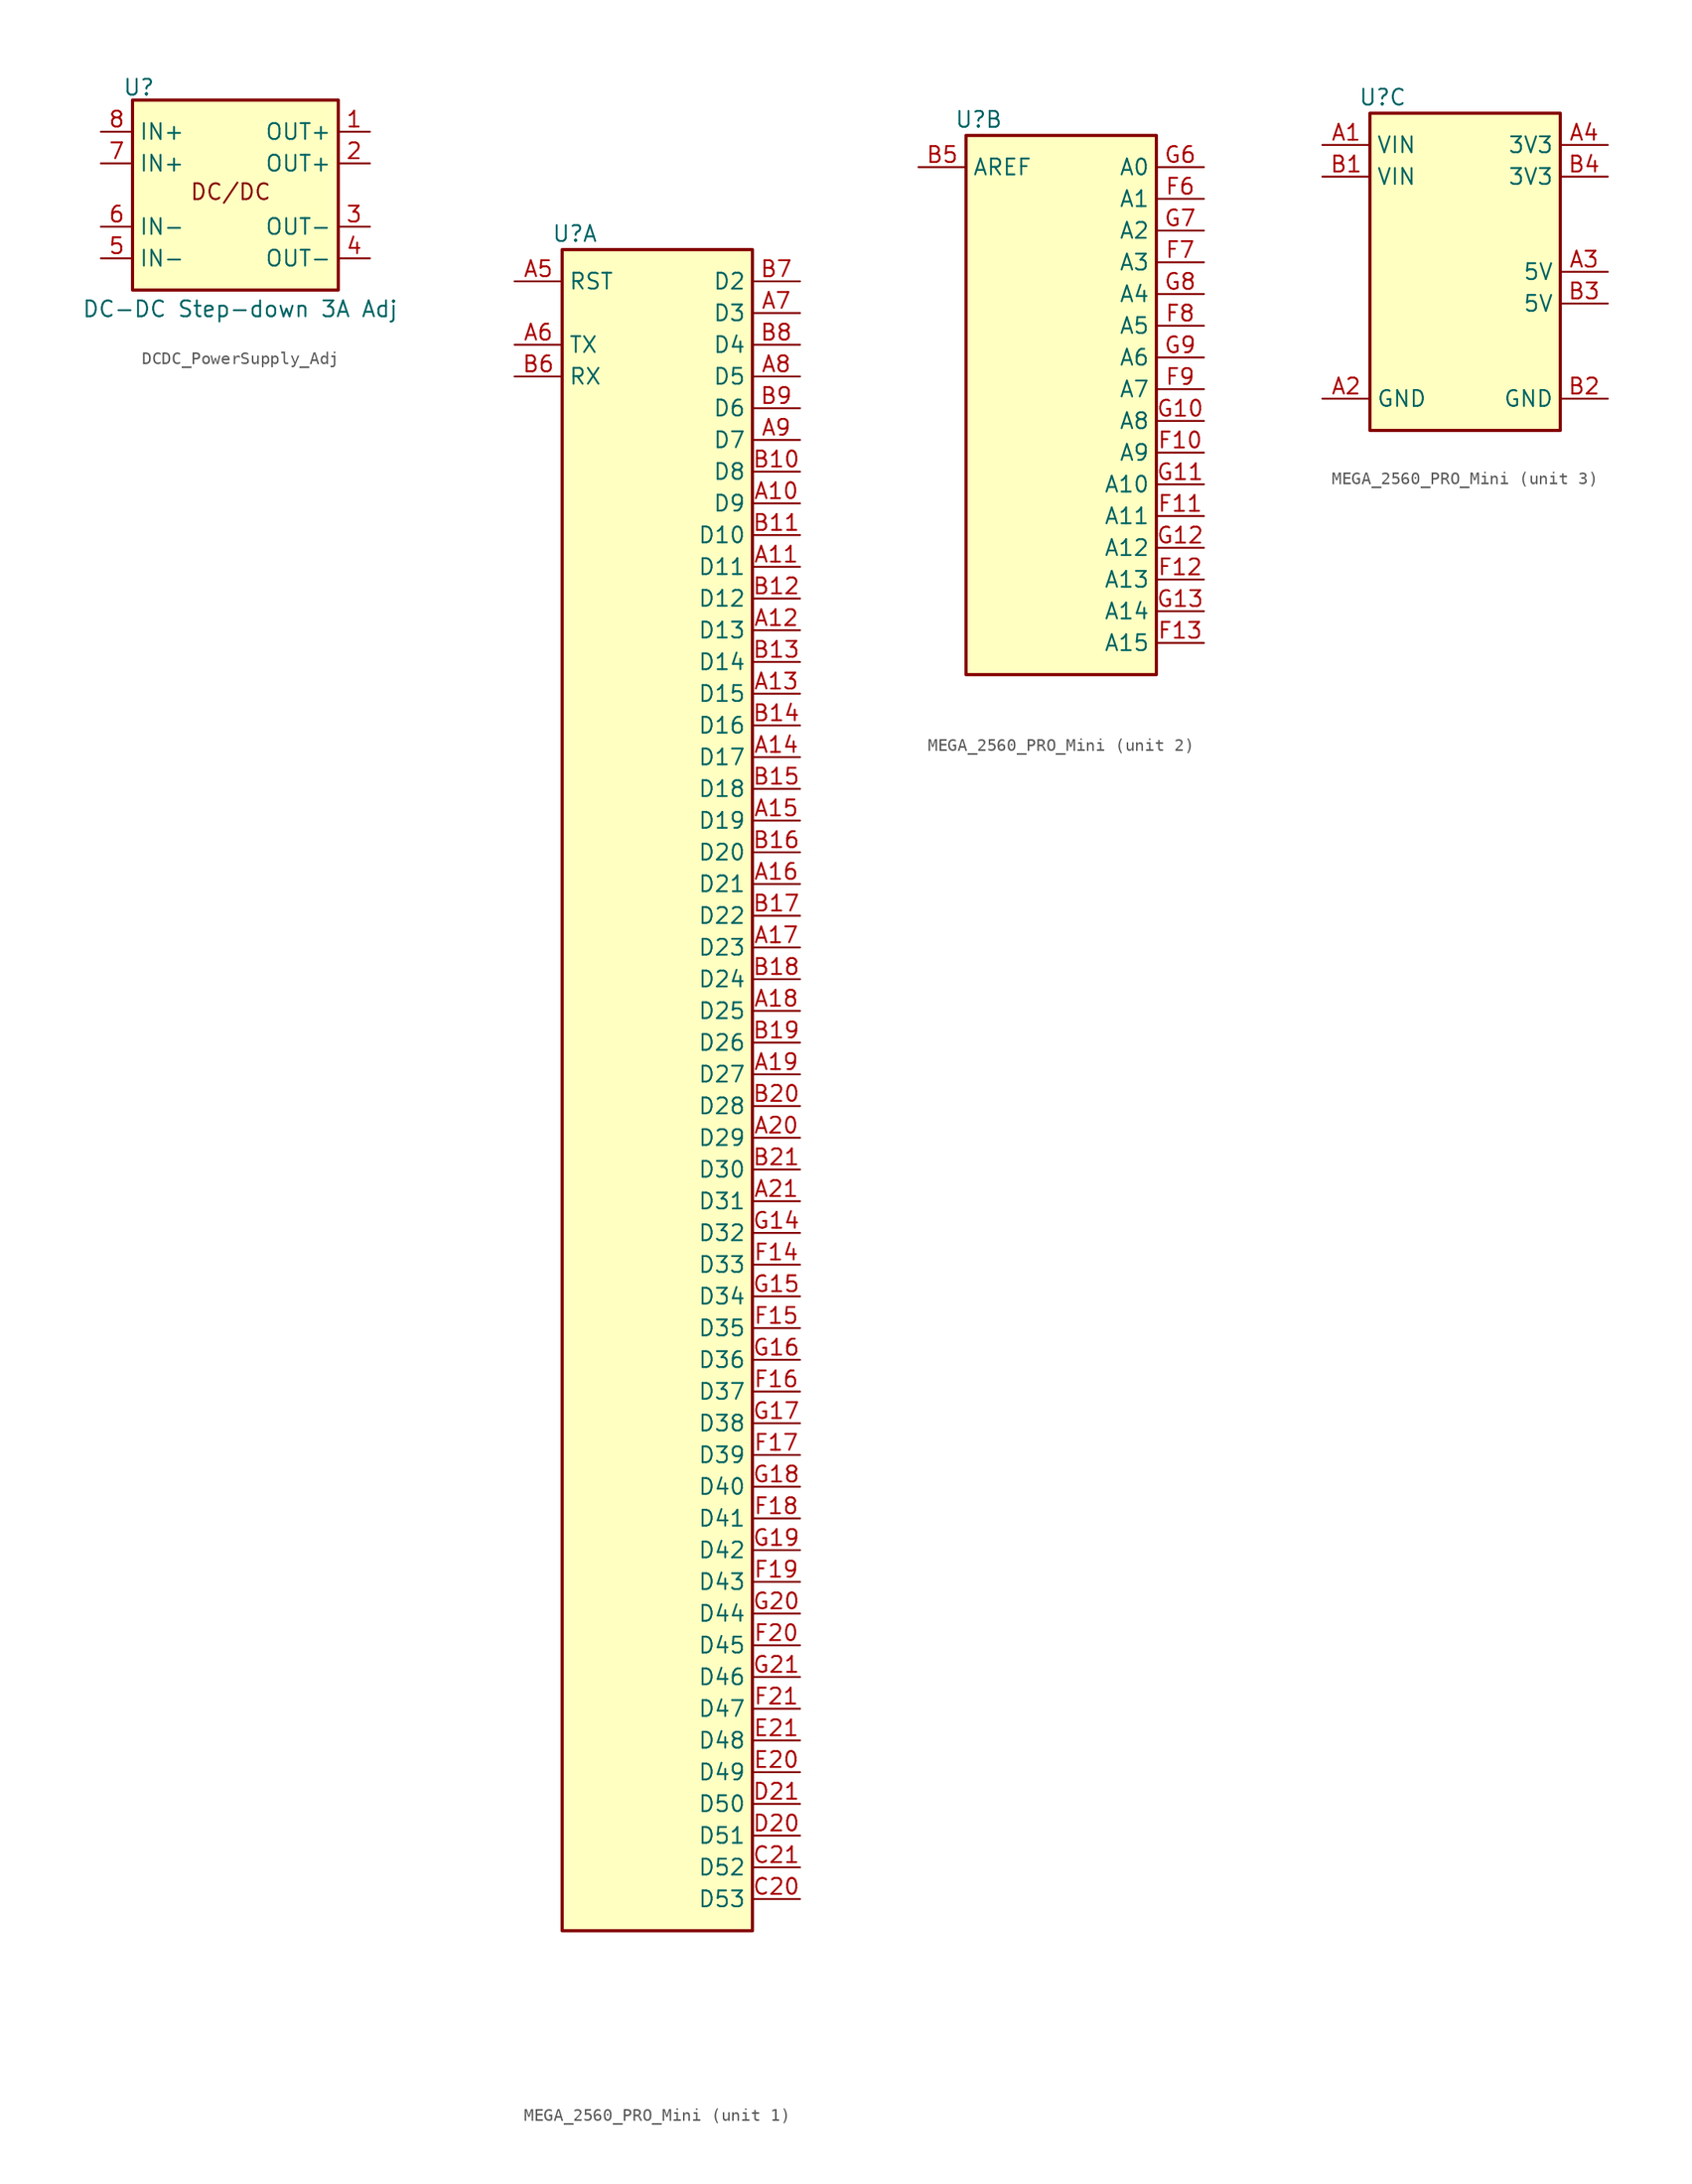
<source format=kicad_sym>
(kicad_symbol_lib
  (version 20231120)
  (generator "kicad_symbol_editor")
  (generator_version "8.0")
  (symbol "DCDC_PowerSupply_Adj"
    (property "Reference" "U"
      (at 0.508 1.016 0)
      (effects (font (size 1.27 1.27))))
    (property "Value" "DC-DC Step-down 3A Adj"
      (at 8.636 -16.764 0)
      (effects (font (size 1.27 1.27))))
    (symbol "DCDC_PowerSupply_Adj_0_1"
      (rectangle (start 0 0) (end 16.51 -15.24) (stroke (width 0.254) (type default)) (fill (type background))))
    (symbol "DCDC_PowerSupply_Adj_1_1"
      (text "DC/DC" (at 7.874 -7.366 0) (effects (font (size 1.27 1.27))))
      (pin output line (at 19.05 -2.54 180) (length 2.54) (name "OUT+" (effects (font (size 1.27 1.27)))) (number "1" (effects (font (size 1.27 1.27)))))
      (pin output line (at 19.05 -5.08 180) (length 2.54) (name "OUT+" (effects (font (size 1.27 1.27)))) (number "2" (effects (font (size 1.27 1.27)))))
      (pin output line (at 19.05 -10.16 180) (length 2.54) (name "OUT-" (effects (font (size 1.27 1.27)))) (number "3" (effects (font (size 1.27 1.27)))))
      (pin output line (at 19.05 -12.7 180) (length 2.54) (name "OUT-" (effects (font (size 1.27 1.27)))) (number "4" (effects (font (size 1.27 1.27)))))
      (pin input line (at -2.54 -12.7 0) (length 2.54) (name "IN-" (effects (font (size 1.27 1.27)))) (number "5" (effects (font (size 1.27 1.27)))))
      (pin input line (at -2.54 -10.16 0) (length 2.54) (name "IN-" (effects (font (size 1.27 1.27)))) (number "6" (effects (font (size 1.27 1.27)))))
      (pin input line (at -2.54 -5.08 0) (length 2.54) (name "IN+" (effects (font (size 1.27 1.27)))) (number "7" (effects (font (size 1.27 1.27)))))
      (pin input line (at -2.54 -2.54 0) (length 2.54) (name "IN+" (effects (font (size 1.27 1.27)))) (number "8" (effects (font (size 1.27 1.27)))))))
  (symbol "MEGA_2560_PRO_Mini"
    (property "Reference" "U"
      (at 1.016 3.81 0)
      (effects (font (size 1.27 1.27))))
    (property "ki_locked" ""
      (at 0 0 0)
      (effects (font (size 1.27 1.27))))
    (symbol "MEGA_2560_PRO_Mini_1_0"
      (pin bidirectional line (at 19.05 -17.78 180) (length 3.81) (name "D9" (effects (font (size 1.27 1.27)))) (number "A10" (effects (font (size 1.27 1.27)))))
      (pin bidirectional line (at 19.05 -22.86 180) (length 3.81) (name "D11" (effects (font (size 1.27 1.27)))) (number "A11" (effects (font (size 1.27 1.27)))))
      (pin bidirectional line (at 19.05 -27.94 180) (length 3.81) (name "D13" (effects (font (size 1.27 1.27)))) (number "A12" (effects (font (size 1.27 1.27)))))
      (pin bidirectional line (at 19.05 -33.02 180) (length 3.81) (name "D15" (effects (font (size 1.27 1.27)))) (number "A13" (effects (font (size 1.27 1.27)))))
      (pin bidirectional line (at 19.05 -38.1 180) (length 3.81) (name "D17" (effects (font (size 1.27 1.27)))) (number "A14" (effects (font (size 1.27 1.27)))))
      (pin bidirectional line (at 19.05 -43.18 180) (length 3.81) (name "D19" (effects (font (size 1.27 1.27)))) (number "A15" (effects (font (size 1.27 1.27)))))
      (pin bidirectional line (at 19.05 -48.26 180) (length 3.81) (name "D21" (effects (font (size 1.27 1.27)))) (number "A16" (effects (font (size 1.27 1.27)))))
      (pin bidirectional line (at 19.05 -53.34 180) (length 3.81) (name "D23" (effects (font (size 1.27 1.27)))) (number "A17" (effects (font (size 1.27 1.27)))))
      (pin bidirectional line (at 19.05 -58.42 180) (length 3.81) (name "D25" (effects (font (size 1.27 1.27)))) (number "A18" (effects (font (size 1.27 1.27)))))
      (pin bidirectional line (at 19.05 -63.5 180) (length 3.81) (name "D27" (effects (font (size 1.27 1.27)))) (number "A19" (effects (font (size 1.27 1.27)))))
      (pin bidirectional line (at 19.05 -68.58 180) (length 3.81) (name "D29" (effects (font (size 1.27 1.27)))) (number "A20" (effects (font (size 1.27 1.27)))))
      (pin bidirectional line (at 19.05 -73.66 180) (length 3.81) (name "D31" (effects (font (size 1.27 1.27)))) (number "A21" (effects (font (size 1.27 1.27)))))
      (pin input line (at -3.81 0 0) (length 3.81) (name "RST" (effects (font (size 1.27 1.27)))) (number "A5" (effects (font (size 1.27 1.27)))))
      (pin output line (at -3.81 -5.08 0) (length 3.81) (name "TX" (effects (font (size 1.27 1.27)))) (number "A6" (effects (font (size 1.27 1.27)))))
      (pin bidirectional line (at 19.05 -2.54 180) (length 3.81) (name "D3" (effects (font (size 1.27 1.27)))) (number "A7" (effects (font (size 1.27 1.27)))))
      (pin bidirectional line (at 19.05 -7.62 180) (length 3.81) (name "D5" (effects (font (size 1.27 1.27)))) (number "A8" (effects (font (size 1.27 1.27)))))
      (pin bidirectional line (at 19.05 -12.7 180) (length 3.81) (name "D7" (effects (font (size 1.27 1.27)))) (number "A9" (effects (font (size 1.27 1.27)))))
      (pin bidirectional line (at 19.05 -15.24 180) (length 3.81) (name "D8" (effects (font (size 1.27 1.27)))) (number "B10" (effects (font (size 1.27 1.27)))))
      (pin bidirectional line (at 19.05 -20.32 180) (length 3.81) (name "D10" (effects (font (size 1.27 1.27)))) (number "B11" (effects (font (size 1.27 1.27)))))
      (pin bidirectional line (at 19.05 -25.4 180) (length 3.81) (name "D12" (effects (font (size 1.27 1.27)))) (number "B12" (effects (font (size 1.27 1.27)))))
      (pin bidirectional line (at 19.05 -30.48 180) (length 3.81) (name "D14" (effects (font (size 1.27 1.27)))) (number "B13" (effects (font (size 1.27 1.27)))))
      (pin bidirectional line (at 19.05 -35.56 180) (length 3.81) (name "D16" (effects (font (size 1.27 1.27)))) (number "B14" (effects (font (size 1.27 1.27)))))
      (pin bidirectional line (at 19.05 -40.64 180) (length 3.81) (name "D18" (effects (font (size 1.27 1.27)))) (number "B15" (effects (font (size 1.27 1.27)))))
      (pin bidirectional line (at 19.05 -45.72 180) (length 3.81) (name "D20" (effects (font (size 1.27 1.27)))) (number "B16" (effects (font (size 1.27 1.27)))))
      (pin bidirectional line (at 19.05 -50.8 180) (length 3.81) (name "D22" (effects (font (size 1.27 1.27)))) (number "B17" (effects (font (size 1.27 1.27)))))
      (pin bidirectional line (at 19.05 -55.88 180) (length 3.81) (name "D24" (effects (font (size 1.27 1.27)))) (number "B18" (effects (font (size 1.27 1.27)))))
      (pin bidirectional line (at 19.05 -60.96 180) (length 3.81) (name "D26" (effects (font (size 1.27 1.27)))) (number "B19" (effects (font (size 1.27 1.27)))))
      (pin bidirectional line (at 19.05 -66.04 180) (length 3.81) (name "D28" (effects (font (size 1.27 1.27)))) (number "B20" (effects (font (size 1.27 1.27)))))
      (pin bidirectional line (at 19.05 -71.12 180) (length 3.81) (name "D30" (effects (font (size 1.27 1.27)))) (number "B21" (effects (font (size 1.27 1.27)))))
      (pin input line (at -3.81 -7.62 0) (length 3.81) (name "RX" (effects (font (size 1.27 1.27)))) (number "B6" (effects (font (size 1.27 1.27)))))
      (pin bidirectional line (at 19.05 0 180) (length 3.81) (name "D2" (effects (font (size 1.27 1.27)))) (number "B7" (effects (font (size 1.27 1.27)))))
      (pin bidirectional line (at 19.05 -5.08 180) (length 3.81) (name "D4" (effects (font (size 1.27 1.27)))) (number "B8" (effects (font (size 1.27 1.27)))))
      (pin bidirectional line (at 19.05 -10.16 180) (length 3.81) (name "D6" (effects (font (size 1.27 1.27)))) (number "B9" (effects (font (size 1.27 1.27)))))
      (pin bidirectional line (at 19.05 -129.54 180) (length 3.81) (name "D53" (effects (font (size 1.27 1.27)))) (number "C20" (effects (font (size 1.27 1.27)))))
      (pin bidirectional line (at 19.05 -127 180) (length 3.81) (name "D52" (effects (font (size 1.27 1.27)))) (number "C21" (effects (font (size 1.27 1.27)))))
      (pin bidirectional line (at 19.05 -124.46 180) (length 3.81) (name "D51" (effects (font (size 1.27 1.27)))) (number "D20" (effects (font (size 1.27 1.27)))))
      (pin bidirectional line (at 19.05 -121.92 180) (length 3.81) (name "D50" (effects (font (size 1.27 1.27)))) (number "D21" (effects (font (size 1.27 1.27)))))
      (pin bidirectional line (at 19.05 -119.38 180) (length 3.81) (name "D49" (effects (font (size 1.27 1.27)))) (number "E20" (effects (font (size 1.27 1.27)))))
      (pin bidirectional line (at 19.05 -116.84 180) (length 3.81) (name "D48" (effects (font (size 1.27 1.27)))) (number "E21" (effects (font (size 1.27 1.27)))))
      (pin bidirectional line (at 19.05 -78.74 180) (length 3.81) (name "D33" (effects (font (size 1.27 1.27)))) (number "F14" (effects (font (size 1.27 1.27)))))
      (pin bidirectional line (at 19.05 -83.82 180) (length 3.81) (name "D35" (effects (font (size 1.27 1.27)))) (number "F15" (effects (font (size 1.27 1.27)))))
      (pin bidirectional line (at 19.05 -88.9 180) (length 3.81) (name "D37" (effects (font (size 1.27 1.27)))) (number "F16" (effects (font (size 1.27 1.27)))))
      (pin bidirectional line (at 19.05 -93.98 180) (length 3.81) (name "D39" (effects (font (size 1.27 1.27)))) (number "F17" (effects (font (size 1.27 1.27)))))
      (pin bidirectional line (at 19.05 -99.06 180) (length 3.81) (name "D41" (effects (font (size 1.27 1.27)))) (number "F18" (effects (font (size 1.27 1.27)))))
      (pin bidirectional line (at 19.05 -104.14 180) (length 3.81) (name "D43" (effects (font (size 1.27 1.27)))) (number "F19" (effects (font (size 1.27 1.27)))))
      (pin bidirectional line (at 19.05 -109.22 180) (length 3.81) (name "D45" (effects (font (size 1.27 1.27)))) (number "F20" (effects (font (size 1.27 1.27)))))
      (pin bidirectional line (at 19.05 -114.3 180) (length 3.81) (name "D47" (effects (font (size 1.27 1.27)))) (number "F21" (effects (font (size 1.27 1.27)))))
      (pin bidirectional line (at 19.05 -76.2 180) (length 3.81) (name "D32" (effects (font (size 1.27 1.27)))) (number "G14" (effects (font (size 1.27 1.27)))))
      (pin bidirectional line (at 19.05 -81.28 180) (length 3.81) (name "D34" (effects (font (size 1.27 1.27)))) (number "G15" (effects (font (size 1.27 1.27)))))
      (pin bidirectional line (at 19.05 -86.36 180) (length 3.81) (name "D36" (effects (font (size 1.27 1.27)))) (number "G16" (effects (font (size 1.27 1.27)))))
      (pin bidirectional line (at 19.05 -91.44 180) (length 3.81) (name "D38" (effects (font (size 1.27 1.27)))) (number "G17" (effects (font (size 1.27 1.27)))))
      (pin bidirectional line (at 19.05 -96.52 180) (length 3.81) (name "D40" (effects (font (size 1.27 1.27)))) (number "G18" (effects (font (size 1.27 1.27)))))
      (pin bidirectional line (at 19.05 -101.6 180) (length 3.81) (name "D42" (effects (font (size 1.27 1.27)))) (number "G19" (effects (font (size 1.27 1.27)))))
      (pin bidirectional line (at 19.05 -106.68 180) (length 3.81) (name "D44" (effects (font (size 1.27 1.27)))) (number "G20" (effects (font (size 1.27 1.27)))))
      (pin bidirectional line (at 19.05 -111.76 180) (length 3.81) (name "D46" (effects (font (size 1.27 1.27)))) (number "G21" (effects (font (size 1.27 1.27))))))
    (symbol "MEGA_2560_PRO_Mini_1_1"
      (rectangle (start 0 2.54) (end 15.24 -132.08) (stroke (width 0.254) (type default)) (fill (type background))))
    (symbol "MEGA_2560_PRO_Mini_2_0"
      (pin output line (at -3.81 0 0) (length 3.81) (name "AREF" (effects (font (size 1.27 1.27)))) (number "B5" (effects (font (size 1.27 1.27)))))
      (pin input line (at 19.05 -22.86 180) (length 3.81) (name "A9" (effects (font (size 1.27 1.27)))) (number "F10" (effects (font (size 1.27 1.27)))))
      (pin input line (at 19.05 -27.94 180) (length 3.81) (name "A11" (effects (font (size 1.27 1.27)))) (number "F11" (effects (font (size 1.27 1.27)))))
      (pin input line (at 19.05 -33.02 180) (length 3.81) (name "A13" (effects (font (size 1.27 1.27)))) (number "F12" (effects (font (size 1.27 1.27)))))
      (pin input line (at 19.05 -38.1 180) (length 3.81) (name "A15" (effects (font (size 1.27 1.27)))) (number "F13" (effects (font (size 1.27 1.27)))))
      (pin input line (at 19.05 -2.54 180) (length 3.81) (name "A1" (effects (font (size 1.27 1.27)))) (number "F6" (effects (font (size 1.27 1.27)))))
      (pin input line (at 19.05 -7.62 180) (length 3.81) (name "A3" (effects (font (size 1.27 1.27)))) (number "F7" (effects (font (size 1.27 1.27)))))
      (pin input line (at 19.05 -12.7 180) (length 3.81) (name "A5" (effects (font (size 1.27 1.27)))) (number "F8" (effects (font (size 1.27 1.27)))))
      (pin input line (at 19.05 -17.78 180) (length 3.81) (name "A7" (effects (font (size 1.27 1.27)))) (number "F9" (effects (font (size 1.27 1.27)))))
      (pin input line (at 19.05 -20.32 180) (length 3.81) (name "A8" (effects (font (size 1.27 1.27)))) (number "G10" (effects (font (size 1.27 1.27)))))
      (pin input line (at 19.05 -25.4 180) (length 3.81) (name "A10" (effects (font (size 1.27 1.27)))) (number "G11" (effects (font (size 1.27 1.27)))))
      (pin input line (at 19.05 -30.48 180) (length 3.81) (name "A12" (effects (font (size 1.27 1.27)))) (number "G12" (effects (font (size 1.27 1.27)))))
      (pin input line (at 19.05 -35.56 180) (length 3.81) (name "A14" (effects (font (size 1.27 1.27)))) (number "G13" (effects (font (size 1.27 1.27)))))
      (pin input line (at 19.05 0 180) (length 3.81) (name "A0" (effects (font (size 1.27 1.27)))) (number "G6" (effects (font (size 1.27 1.27)))))
      (pin input line (at 19.05 -5.08 180) (length 3.81) (name "A2" (effects (font (size 1.27 1.27)))) (number "G7" (effects (font (size 1.27 1.27)))))
      (pin input line (at 19.05 -10.16 180) (length 3.81) (name "A4" (effects (font (size 1.27 1.27)))) (number "G8" (effects (font (size 1.27 1.27)))))
      (pin input line (at 19.05 -15.24 180) (length 3.81) (name "A6" (effects (font (size 1.27 1.27)))) (number "G9" (effects (font (size 1.27 1.27))))))
    (symbol "MEGA_2560_PRO_Mini_2_1"
      (rectangle (start 0 2.54) (end 15.24 -40.64) (stroke (width 0.254) (type default)) (fill (type background))))
    (symbol "MEGA_2560_PRO_Mini_3_0"
      (pin power_in line (at -3.81 0 0) (length 3.81) (name "VIN" (effects (font (size 1.27 1.27)))) (number "A1" (effects (font (size 1.27 1.27)))))
      (pin power_in line (at -3.81 -20.32 0) (length 3.81) (name "GND" (effects (font (size 1.27 1.27)))) (number "A2" (effects (font (size 1.27 1.27)))))
      (pin power_out line (at 19.05 -10.16 180) (length 3.81) (name "5V" (effects (font (size 1.27 1.27)))) (number "A3" (effects (font (size 1.27 1.27)))))
      (pin power_out line (at 19.05 0 180) (length 3.81) (name "3V3" (effects (font (size 1.27 1.27)))) (number "A4" (effects (font (size 1.27 1.27)))))
      (pin power_in line (at -3.81 -2.54 0) (length 3.81) (name "VIN" (effects (font (size 1.27 1.27)))) (number "B1" (effects (font (size 1.27 1.27)))))
      (pin power_in line (at 19.05 -20.32 180) (length 3.81) (name "GND" (effects (font (size 1.27 1.27)))) (number "B2" (effects (font (size 1.27 1.27)))))
      (pin power_out line (at 19.05 -12.7 180) (length 3.81) (name "5V" (effects (font (size 1.27 1.27)))) (number "B3" (effects (font (size 1.27 1.27)))))
      (pin power_out line (at 19.05 -2.54 180) (length 3.81) (name "3V3" (effects (font (size 1.27 1.27)))) (number "B4" (effects (font (size 1.27 1.27))))))
    (symbol "MEGA_2560_PRO_Mini_3_1"
      (rectangle (start 0 2.54) (end 15.24 -22.86) (stroke (width 0.254) (type default)) (fill (type background))))))
</source>
